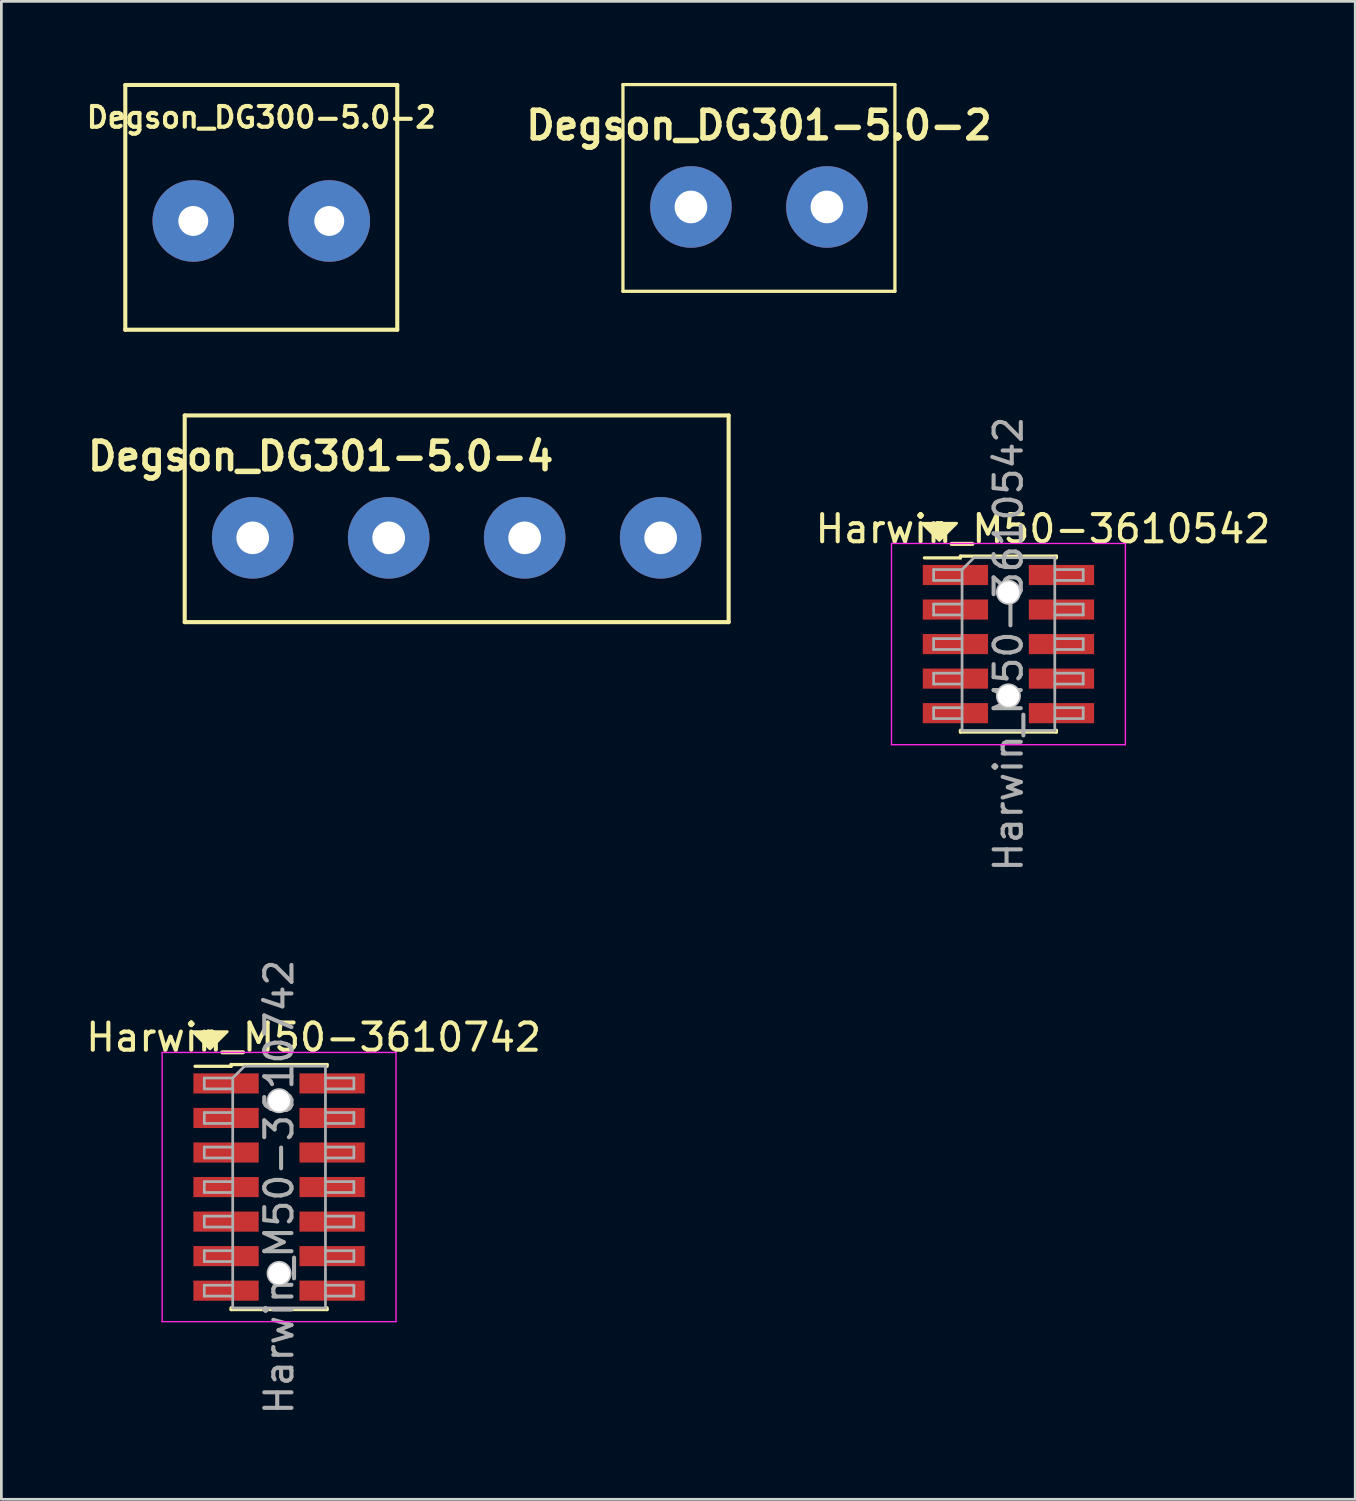
<source format=kicad_pcb>
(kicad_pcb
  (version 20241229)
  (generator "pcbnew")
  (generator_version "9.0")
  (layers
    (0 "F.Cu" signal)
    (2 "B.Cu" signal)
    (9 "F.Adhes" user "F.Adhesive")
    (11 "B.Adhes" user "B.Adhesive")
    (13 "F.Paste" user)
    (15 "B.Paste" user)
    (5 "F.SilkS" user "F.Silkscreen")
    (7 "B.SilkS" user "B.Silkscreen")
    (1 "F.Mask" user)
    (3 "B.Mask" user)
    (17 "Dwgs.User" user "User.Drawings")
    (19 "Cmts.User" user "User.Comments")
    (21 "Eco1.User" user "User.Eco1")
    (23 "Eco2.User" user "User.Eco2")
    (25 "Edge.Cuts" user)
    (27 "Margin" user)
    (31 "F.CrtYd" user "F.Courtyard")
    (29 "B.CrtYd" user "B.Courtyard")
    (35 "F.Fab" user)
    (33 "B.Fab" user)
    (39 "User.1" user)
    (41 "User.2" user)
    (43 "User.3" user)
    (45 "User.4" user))
  (footprint "Harwin_M50-3610742"
    (layer "F.Cu")
    (at 7.212 40.598)
    (property "Reference" "Harwin_M50-3610742" (at 1.27 -5.505 0) (layer "F.SilkS") (effects (font (size 1 1) (thickness 0.15))))
    (attr smd)
    (fp_line (start -3.09 -4.44) (end -1.765 -4.44) (stroke (width 0.12) (type solid)) (layer "F.SilkS"))
    (fp_line (start -1.765 -4.505) (end -1.765 -4.44) (stroke (width 0.12) (type solid)) (layer "F.SilkS"))
    (fp_line (start -1.765 -4.505) (end 1.765 -4.505) (stroke (width 0.12) (type solid)) (layer "F.SilkS"))
    (fp_line (start -1.765 4.44) (end -1.765 4.505) (stroke (width 0.12) (type solid)) (layer "F.SilkS"))
    (fp_line (start -1.765 4.505) (end 1.765 4.505) (stroke (width 0.12) (type solid)) (layer "F.SilkS"))
    (fp_line (start 1.765 -4.505) (end 1.765 -4.44) (stroke (width 0.12) (type solid)) (layer "F.SilkS"))
    (fp_line (start 1.765 4.44) (end 1.765 4.505) (stroke (width 0.12) (type solid)) (layer "F.SilkS"))
    (fp_poly (pts (xy -2.54 -5.08) (xy -3.175 -5.715) (xy -1.905 -5.715)) (stroke (width 0.1) (type solid)) (fill yes) (layer "F.SilkS"))
    (fp_circle (center 0 -3.175) (end 0.4 -3.175) (stroke (width 0.12) (type solid)) (fill no) (layer "Dwgs.User"))
    (fp_circle (center 0 3.175) (end 0.4 3.175) (stroke (width 0.12) (type solid)) (fill no) (layer "Dwgs.User"))
    (fp_line (start -4.3 -4.95) (end -4.3 4.95) (stroke (width 0.05) (type solid)) (layer "F.CrtYd"))
    (fp_line (start -4.3 4.95) (end 4.3 4.95) (stroke (width 0.05) (type solid)) (layer "F.CrtYd"))
    (fp_line (start 4.3 -4.95) (end -4.3 -4.95) (stroke (width 0.05) (type solid)) (layer "F.CrtYd"))
    (fp_line (start 4.3 4.95) (end 4.3 -4.95) (stroke (width 0.05) (type solid)) (layer "F.CrtYd"))
    (fp_line (start -2.75 -4.01) (end -2.75 -3.61) (stroke (width 0.1) (type solid)) (layer "F.Fab"))
    (fp_line (start -2.75 -3.61) (end -1.705 -3.61) (stroke (width 0.1) (type solid)) (layer "F.Fab"))
    (fp_line (start -2.75 -2.74) (end -2.75 -2.34) (stroke (width 0.1) (type solid)) (layer "F.Fab"))
    (fp_line (start -2.75 -2.34) (end -1.705 -2.34) (stroke (width 0.1) (type solid)) (layer "F.Fab"))
    (fp_line (start -2.75 -1.47) (end -2.75 -1.07) (stroke (width 0.1) (type solid)) (layer "F.Fab"))
    (fp_line (start -2.75 -1.07) (end -1.705 -1.07) (stroke (width 0.1) (type solid)) (layer "F.Fab"))
    (fp_line (start -2.75 -0.2) (end -2.75 0.2) (stroke (width 0.1) (type solid)) (layer "F.Fab"))
    (fp_line (start -2.75 0.2) (end -1.705 0.2) (stroke (width 0.1) (type solid)) (layer "F.Fab"))
    (fp_line (start -2.75 1.07) (end -2.75 1.47) (stroke (width 0.1) (type solid)) (layer "F.Fab"))
    (fp_line (start -2.75 1.47) (end -1.705 1.47) (stroke (width 0.1) (type solid)) (layer "F.Fab"))
    (fp_line (start -2.75 2.34) (end -2.75 2.74) (stroke (width 0.1) (type solid)) (layer "F.Fab"))
    (fp_line (start -2.75 2.74) (end -1.705 2.74) (stroke (width 0.1) (type solid)) (layer "F.Fab"))
    (fp_line (start -2.75 3.61) (end -2.75 4.01) (stroke (width 0.1) (type solid)) (layer "F.Fab"))
    (fp_line (start -2.75 4.01) (end -1.705 4.01) (stroke (width 0.1) (type solid)) (layer "F.Fab"))
    (fp_line (start -1.705 -4.01) (end -2.75 -4.01) (stroke (width 0.1) (type solid)) (layer "F.Fab"))
    (fp_line (start -1.705 -4.01) (end -1.27 -4.445) (stroke (width 0.1) (type solid)) (layer "F.Fab"))
    (fp_line (start -1.705 -2.74) (end -2.75 -2.74) (stroke (width 0.1) (type solid)) (layer "F.Fab"))
    (fp_line (start -1.705 -1.47) (end -2.75 -1.47) (stroke (width 0.1) (type solid)) (layer "F.Fab"))
    (fp_line (start -1.705 -0.2) (end -2.75 -0.2) (stroke (width 0.1) (type solid)) (layer "F.Fab"))
    (fp_line (start -1.705 1.07) (end -2.75 1.07) (stroke (width 0.1) (type solid)) (layer "F.Fab"))
    (fp_line (start -1.705 2.34) (end -2.75 2.34) (stroke (width 0.1) (type solid)) (layer "F.Fab"))
    (fp_line (start -1.705 3.61) (end -2.75 3.61) (stroke (width 0.1) (type solid)) (layer "F.Fab"))
    (fp_line (start -1.705 4.445) (end -1.705 -4.01) (stroke (width 0.1) (type solid)) (layer "F.Fab"))
    (fp_line (start -1.27 -4.445) (end 1.705 -4.445) (stroke (width 0.1) (type solid)) (layer "F.Fab"))
    (fp_line (start 1.705 -4.445) (end 1.705 4.445) (stroke (width 0.1) (type solid)) (layer "F.Fab"))
    (fp_line (start 1.705 -4.01) (end 2.75 -4.01) (stroke (width 0.1) (type solid)) (layer "F.Fab"))
    (fp_line (start 1.705 -2.74) (end 2.75 -2.74) (stroke (width 0.1) (type solid)) (layer "F.Fab"))
    (fp_line (start 1.705 -1.47) (end 2.75 -1.47) (stroke (width 0.1) (type solid)) (layer "F.Fab"))
    (fp_line (start 1.705 -0.2) (end 2.75 -0.2) (stroke (width 0.1) (type solid)) (layer "F.Fab"))
    (fp_line (start 1.705 1.07) (end 2.75 1.07) (stroke (width 0.1) (type solid)) (layer "F.Fab"))
    (fp_line (start 1.705 2.34) (end 2.75 2.34) (stroke (width 0.1) (type solid)) (layer "F.Fab"))
    (fp_line (start 1.705 3.61) (end 2.75 3.61) (stroke (width 0.1) (type solid)) (layer "F.Fab"))
    (fp_line (start 1.705 4.445) (end -1.705 4.445) (stroke (width 0.1) (type solid)) (layer "F.Fab"))
    (fp_line (start 2.75 -4.01) (end 2.75 -3.61) (stroke (width 0.1) (type solid)) (layer "F.Fab"))
    (fp_line (start 2.75 -3.61) (end 1.705 -3.61) (stroke (width 0.1) (type solid)) (layer "F.Fab"))
    (fp_line (start 2.75 -2.74) (end 2.75 -2.34) (stroke (width 0.1) (type solid)) (layer "F.Fab"))
    (fp_line (start 2.75 -2.34) (end 1.705 -2.34) (stroke (width 0.1) (type solid)) (layer "F.Fab"))
    (fp_line (start 2.75 -1.47) (end 2.75 -1.07) (stroke (width 0.1) (type solid)) (layer "F.Fab"))
    (fp_line (start 2.75 -1.07) (end 1.705 -1.07) (stroke (width 0.1) (type solid)) (layer "F.Fab"))
    (fp_line (start 2.75 -0.2) (end 2.75 0.2) (stroke (width 0.1) (type solid)) (layer "F.Fab"))
    (fp_line (start 2.75 0.2) (end 1.705 0.2) (stroke (width 0.1) (type solid)) (layer "F.Fab"))
    (fp_line (start 2.75 1.07) (end 2.75 1.47) (stroke (width 0.1) (type solid)) (layer "F.Fab"))
    (fp_line (start 2.75 1.47) (end 1.705 1.47) (stroke (width 0.1) (type solid)) (layer "F.Fab"))
    (fp_line (start 2.75 2.34) (end 2.75 2.74) (stroke (width 0.1) (type solid)) (layer "F.Fab"))
    (fp_line (start 2.75 2.74) (end 1.705 2.74) (stroke (width 0.1) (type solid)) (layer "F.Fab"))
    (fp_line (start 2.75 3.61) (end 2.75 4.01) (stroke (width 0.1) (type solid)) (layer "F.Fab"))
    (fp_line (start 2.75 4.01) (end 1.705 4.01) (stroke (width 0.1) (type solid)) (layer "F.Fab"))
    (fp_text user "${REFERENCE}" (at 0 0 90) (layer "F.Fab") (effects (font (size 1 1) (thickness 0.15))))
    (pad "" np_thru_hole circle (at 0 -3.175) (size 0.8 0.8) (drill 0.8) (layers "*.Cu" "*.Mask"))
    (pad "" np_thru_hole circle (at 0 3.175) (size 0.8 0.8) (drill 0.8) (layers "*.Cu" "*.Mask"))
    (pad "1" smd rect (at -1.95 -3.81) (size 2.4 0.74) (layers "F.Cu" "F.Mask" "F.Paste"))
    (pad "2" smd rect (at 1.95 -3.81) (size 2.4 0.74) (layers "F.Cu" "F.Mask" "F.Paste"))
    (pad "3" smd rect (at -1.95 -2.54) (size 2.4 0.74) (layers "F.Cu" "F.Mask" "F.Paste"))
    (pad "4" smd rect (at 1.95 -2.54) (size 2.4 0.74) (layers "F.Cu" "F.Mask" "F.Paste"))
    (pad "5" smd rect (at -1.95 -1.27) (size 2.4 0.74) (layers "F.Cu" "F.Mask" "F.Paste"))
    (pad "6" smd rect (at 1.95 -1.27) (size 2.4 0.74) (layers "F.Cu" "F.Mask" "F.Paste"))
    (pad "7" smd rect (at -1.95 0) (size 2.4 0.74) (layers "F.Cu" "F.Mask" "F.Paste"))
    (pad "8" smd rect (at 1.95 0) (size 2.4 0.74) (layers "F.Cu" "F.Mask" "F.Paste"))
    (pad "9" smd rect (at -1.95 1.27) (size 2.4 0.74) (layers "F.Cu" "F.Mask" "F.Paste"))
    (pad "10" smd rect (at 1.95 1.27) (size 2.4 0.74) (layers "F.Cu" "F.Mask" "F.Paste"))
    (pad "11" smd rect (at -1.95 2.54) (size 2.4 0.74) (layers "F.Cu" "F.Mask" "F.Paste"))
    (pad "12" smd rect (at 1.95 2.54) (size 2.4 0.74) (layers "F.Cu" "F.Mask" "F.Paste"))
    (pad "13" smd rect (at -1.95 3.81) (size 2.4 0.74) (layers "F.Cu" "F.Mask" "F.Paste"))
    (pad "14" smd rect (at 1.95 3.81) (size 2.4 0.74) (layers "F.Cu" "F.Mask" "F.Paste")))
  (footprint "Degson_DG300-5.0-2"
    (layer "F.Cu")
    (at 6.557 5.075)
    (property "Reference" "Degson_DG300-5.0-2" (at 0 -3.81 0) (layer "F.SilkS") (effects (font (size 0.762 0.762) (thickness 0.152))))
    (attr through_hole)
    (fp_line (start -5 -5) (end -5 4) (stroke (width 0.15) (type solid)) (layer "F.SilkS"))
    (fp_line (start -5 -5) (end 5 -5) (stroke (width 0.15) (type solid)) (layer "F.SilkS"))
    (fp_line (start 5 -5) (end 5 4) (stroke (width 0.15) (type solid)) (layer "F.SilkS"))
    (fp_line (start 5 4) (end -5 4) (stroke (width 0.152) (type solid)) (layer "F.SilkS"))
    (pad "1" thru_hole circle (at -2.5 0) (size 3 3) (drill 1.1) (layers "*.Cu" "*.Mask"))
    (pad "2" thru_hole circle (at 2.5 0) (size 3 3) (drill 1.1) (layers "*.Cu" "*.Mask")))
  (footprint "Degson_DG301-5.0-4"
    (layer "F.Cu")
    (at 13.742 16.726)
    (property "Reference" "Degson_DG301-5.0-4" (at -5 -3 0) (layer "F.SilkS") (effects (font (size 1.016 1.016) (thickness 0.203))))
    (attr through_hole)
    (fp_line (start -10 -4.5) (end -10 3.1) (stroke (width 0.15) (type solid)) (layer "F.SilkS"))
    (fp_line (start 10 -4.5) (end -10 -4.5) (stroke (width 0.15) (type solid)) (layer "F.SilkS"))
    (fp_line (start 10 3.1) (end -10 3.1) (stroke (width 0.15) (type solid)) (layer "F.SilkS"))
    (fp_line (start 10 3.1) (end 10 -4.5) (stroke (width 0.15) (type solid)) (layer "F.SilkS"))
    (pad "1" thru_hole circle (at -7.5 0) (size 3 3) (drill 1.2) (layers "*.Cu" "*.Mask"))
    (pad "2" thru_hole circle (at -2.5 0) (size 3 3) (drill 1.2) (layers "*.Cu" "*.Mask"))
    (pad "3" thru_hole circle (at 2.5 0) (size 3 3) (drill 1.2) (layers "*.Cu" "*.Mask"))
    (pad "4" thru_hole circle (at 7.5 0) (size 3 3) (drill 1.2) (layers "*.Cu" "*.Mask")))
  (footprint "Harwin_M50-3610542"
    (layer "F.Cu")
    (at 34.03 20.633)
    (property "Reference" "Harwin_M50-3610542" (at 1.27 -4.235 0) (layer "F.SilkS") (effects (font (size 1 1) (thickness 0.15))))
    (attr smd)
    (fp_line (start -3.09 -3.17) (end -1.765 -3.17) (stroke (width 0.12) (type solid)) (layer "F.SilkS"))
    (fp_line (start -1.765 -3.235) (end -1.765 -3.17) (stroke (width 0.12) (type solid)) (layer "F.SilkS"))
    (fp_line (start -1.765 -3.235) (end 1.765 -3.235) (stroke (width 0.12) (type solid)) (layer "F.SilkS"))
    (fp_line (start -1.765 3.17) (end -1.765 3.235) (stroke (width 0.12) (type solid)) (layer "F.SilkS"))
    (fp_line (start -1.765 3.235) (end 1.765 3.235) (stroke (width 0.12) (type solid)) (layer "F.SilkS"))
    (fp_line (start 1.765 -3.235) (end 1.765 -3.17) (stroke (width 0.12) (type solid)) (layer "F.SilkS"))
    (fp_line (start 1.765 3.17) (end 1.765 3.235) (stroke (width 0.12) (type solid)) (layer "F.SilkS"))
    (fp_poly (pts (xy -2.54 -3.81) (xy -3.175 -4.445) (xy -1.905 -4.445)) (stroke (width 0.1) (type solid)) (fill yes) (layer "F.SilkS"))
    (fp_circle (center 0 -1.905) (end 0.4 -1.905) (stroke (width 0.12) (type solid)) (fill no) (layer "Dwgs.User"))
    (fp_circle (center 0 1.905) (end 0.4 1.905) (stroke (width 0.12) (type solid)) (fill no) (layer "Dwgs.User"))
    (fp_line (start -4.3 -3.7) (end -4.3 3.7) (stroke (width 0.05) (type solid)) (layer "F.CrtYd"))
    (fp_line (start -4.3 3.7) (end 4.3 3.7) (stroke (width 0.05) (type solid)) (layer "F.CrtYd"))
    (fp_line (start 4.3 -3.7) (end -4.3 -3.7) (stroke (width 0.05) (type solid)) (layer "F.CrtYd"))
    (fp_line (start 4.3 3.7) (end 4.3 -3.7) (stroke (width 0.05) (type solid)) (layer "F.CrtYd"))
    (fp_line (start -2.75 -2.74) (end -2.75 -2.34) (stroke (width 0.1) (type solid)) (layer "F.Fab"))
    (fp_line (start -2.75 -2.34) (end -1.705 -2.34) (stroke (width 0.1) (type solid)) (layer "F.Fab"))
    (fp_line (start -2.75 -1.47) (end -2.75 -1.07) (stroke (width 0.1) (type solid)) (layer "F.Fab"))
    (fp_line (start -2.75 -1.07) (end -1.705 -1.07) (stroke (width 0.1) (type solid)) (layer "F.Fab"))
    (fp_line (start -2.75 -0.2) (end -2.75 0.2) (stroke (width 0.1) (type solid)) (layer "F.Fab"))
    (fp_line (start -2.75 0.2) (end -1.705 0.2) (stroke (width 0.1) (type solid)) (layer "F.Fab"))
    (fp_line (start -2.75 1.07) (end -2.75 1.47) (stroke (width 0.1) (type solid)) (layer "F.Fab"))
    (fp_line (start -2.75 1.47) (end -1.705 1.47) (stroke (width 0.1) (type solid)) (layer "F.Fab"))
    (fp_line (start -2.75 2.34) (end -2.75 2.74) (stroke (width 0.1) (type solid)) (layer "F.Fab"))
    (fp_line (start -2.75 2.74) (end -1.705 2.74) (stroke (width 0.1) (type solid)) (layer "F.Fab"))
    (fp_line (start -1.705 -2.74) (end -2.75 -2.74) (stroke (width 0.1) (type solid)) (layer "F.Fab"))
    (fp_line (start -1.705 -2.74) (end -1.27 -3.175) (stroke (width 0.1) (type solid)) (layer "F.Fab"))
    (fp_line (start -1.705 -1.47) (end -2.75 -1.47) (stroke (width 0.1) (type solid)) (layer "F.Fab"))
    (fp_line (start -1.705 -0.2) (end -2.75 -0.2) (stroke (width 0.1) (type solid)) (layer "F.Fab"))
    (fp_line (start -1.705 1.07) (end -2.75 1.07) (stroke (width 0.1) (type solid)) (layer "F.Fab"))
    (fp_line (start -1.705 2.34) (end -2.75 2.34) (stroke (width 0.1) (type solid)) (layer "F.Fab"))
    (fp_line (start -1.705 3.175) (end -1.705 -2.74) (stroke (width 0.1) (type solid)) (layer "F.Fab"))
    (fp_line (start -1.27 -3.175) (end 1.705 -3.175) (stroke (width 0.1) (type solid)) (layer "F.Fab"))
    (fp_line (start 1.705 -3.175) (end 1.705 3.175) (stroke (width 0.1) (type solid)) (layer "F.Fab"))
    (fp_line (start 1.705 -2.74) (end 2.75 -2.74) (stroke (width 0.1) (type solid)) (layer "F.Fab"))
    (fp_line (start 1.705 -1.47) (end 2.75 -1.47) (stroke (width 0.1) (type solid)) (layer "F.Fab"))
    (fp_line (start 1.705 -0.2) (end 2.75 -0.2) (stroke (width 0.1) (type solid)) (layer "F.Fab"))
    (fp_line (start 1.705 1.07) (end 2.75 1.07) (stroke (width 0.1) (type solid)) (layer "F.Fab"))
    (fp_line (start 1.705 2.34) (end 2.75 2.34) (stroke (width 0.1) (type solid)) (layer "F.Fab"))
    (fp_line (start 1.705 3.175) (end -1.705 3.175) (stroke (width 0.1) (type solid)) (layer "F.Fab"))
    (fp_line (start 2.75 -2.74) (end 2.75 -2.34) (stroke (width 0.1) (type solid)) (layer "F.Fab"))
    (fp_line (start 2.75 -2.34) (end 1.705 -2.34) (stroke (width 0.1) (type solid)) (layer "F.Fab"))
    (fp_line (start 2.75 -1.47) (end 2.75 -1.07) (stroke (width 0.1) (type solid)) (layer "F.Fab"))
    (fp_line (start 2.75 -1.07) (end 1.705 -1.07) (stroke (width 0.1) (type solid)) (layer "F.Fab"))
    (fp_line (start 2.75 -0.2) (end 2.75 0.2) (stroke (width 0.1) (type solid)) (layer "F.Fab"))
    (fp_line (start 2.75 0.2) (end 1.705 0.2) (stroke (width 0.1) (type solid)) (layer "F.Fab"))
    (fp_line (start 2.75 1.07) (end 2.75 1.47) (stroke (width 0.1) (type solid)) (layer "F.Fab"))
    (fp_line (start 2.75 1.47) (end 1.705 1.47) (stroke (width 0.1) (type solid)) (layer "F.Fab"))
    (fp_line (start 2.75 2.34) (end 2.75 2.74) (stroke (width 0.1) (type solid)) (layer "F.Fab"))
    (fp_line (start 2.75 2.74) (end 1.705 2.74) (stroke (width 0.1) (type solid)) (layer "F.Fab"))
    (fp_text user "${REFERENCE}" (at 0 0 90) (layer "F.Fab") (effects (font (size 1 1) (thickness 0.15))))
    (pad "" np_thru_hole circle (at 0 -1.905) (size 0.8 0.8) (drill 0.8) (layers "*.Cu" "*.Mask"))
    (pad "" np_thru_hole circle (at 0 1.905) (size 0.8 0.8) (drill 0.8) (layers "*.Cu" "*.Mask"))
    (pad "1" smd rect (at -1.95 -2.54) (size 2.4 0.74) (layers "F.Cu" "F.Mask" "F.Paste"))
    (pad "2" smd rect (at 1.95 -2.54) (size 2.4 0.74) (layers "F.Cu" "F.Mask" "F.Paste"))
    (pad "3" smd rect (at -1.95 -1.27) (size 2.4 0.74) (layers "F.Cu" "F.Mask" "F.Paste"))
    (pad "4" smd rect (at 1.95 -1.27) (size 2.4 0.74) (layers "F.Cu" "F.Mask" "F.Paste"))
    (pad "5" smd rect (at -1.95 0) (size 2.4 0.74) (layers "F.Cu" "F.Mask" "F.Paste"))
    (pad "6" smd rect (at 1.95 0) (size 2.4 0.74) (layers "F.Cu" "F.Mask" "F.Paste"))
    (pad "7" smd rect (at -1.95 1.27) (size 2.4 0.74) (layers "F.Cu" "F.Mask" "F.Paste"))
    (pad "8" smd rect (at 1.95 1.27) (size 2.4 0.74) (layers "F.Cu" "F.Mask" "F.Paste"))
    (pad "9" smd rect (at -1.95 2.54) (size 2.4 0.74) (layers "F.Cu" "F.Mask" "F.Paste"))
    (pad "10" smd rect (at 1.95 2.54) (size 2.4 0.74) (layers "F.Cu" "F.Mask" "F.Paste")))
  (footprint "Degson_DG301-5.0-2"
    (layer "F.Cu")
    (at 24.856 4.56)
    (property "Reference" "Degson_DG301-5.0-2" (at 0 -3 0) (layer "F.SilkS") (effects (font (size 1.016 1.016) (thickness 0.203))))
    (attr through_hole)
    (fp_line (start -5 -4.5) (end -5 3.1) (stroke (width 0.12) (type solid)) (layer "F.SilkS"))
    (fp_line (start -5 -4.5) (end 5 -4.5) (stroke (width 0.12) (type solid)) (layer "F.SilkS"))
    (fp_line (start -5 3.1) (end 5 3.1) (stroke (width 0.12) (type solid)) (layer "F.SilkS"))
    (fp_line (start 5 -4.5) (end 5 3.1) (stroke (width 0.12) (type solid)) (layer "F.SilkS"))
    (pad "1" thru_hole circle (at -2.5 0) (size 3 3) (drill 1.2) (layers "*.Cu" "*.Mask"))
    (pad "2" thru_hole circle (at 2.5 0) (size 3 3) (drill 1.2) (layers "*.Cu" "*.Mask")))
  (gr_rect
    (start -3 -3)
    (end 46.782 52.08)
    (stroke (width 0.1) (type default))
    (fill no)
    (layer "Edge.Cuts")))
</source>
